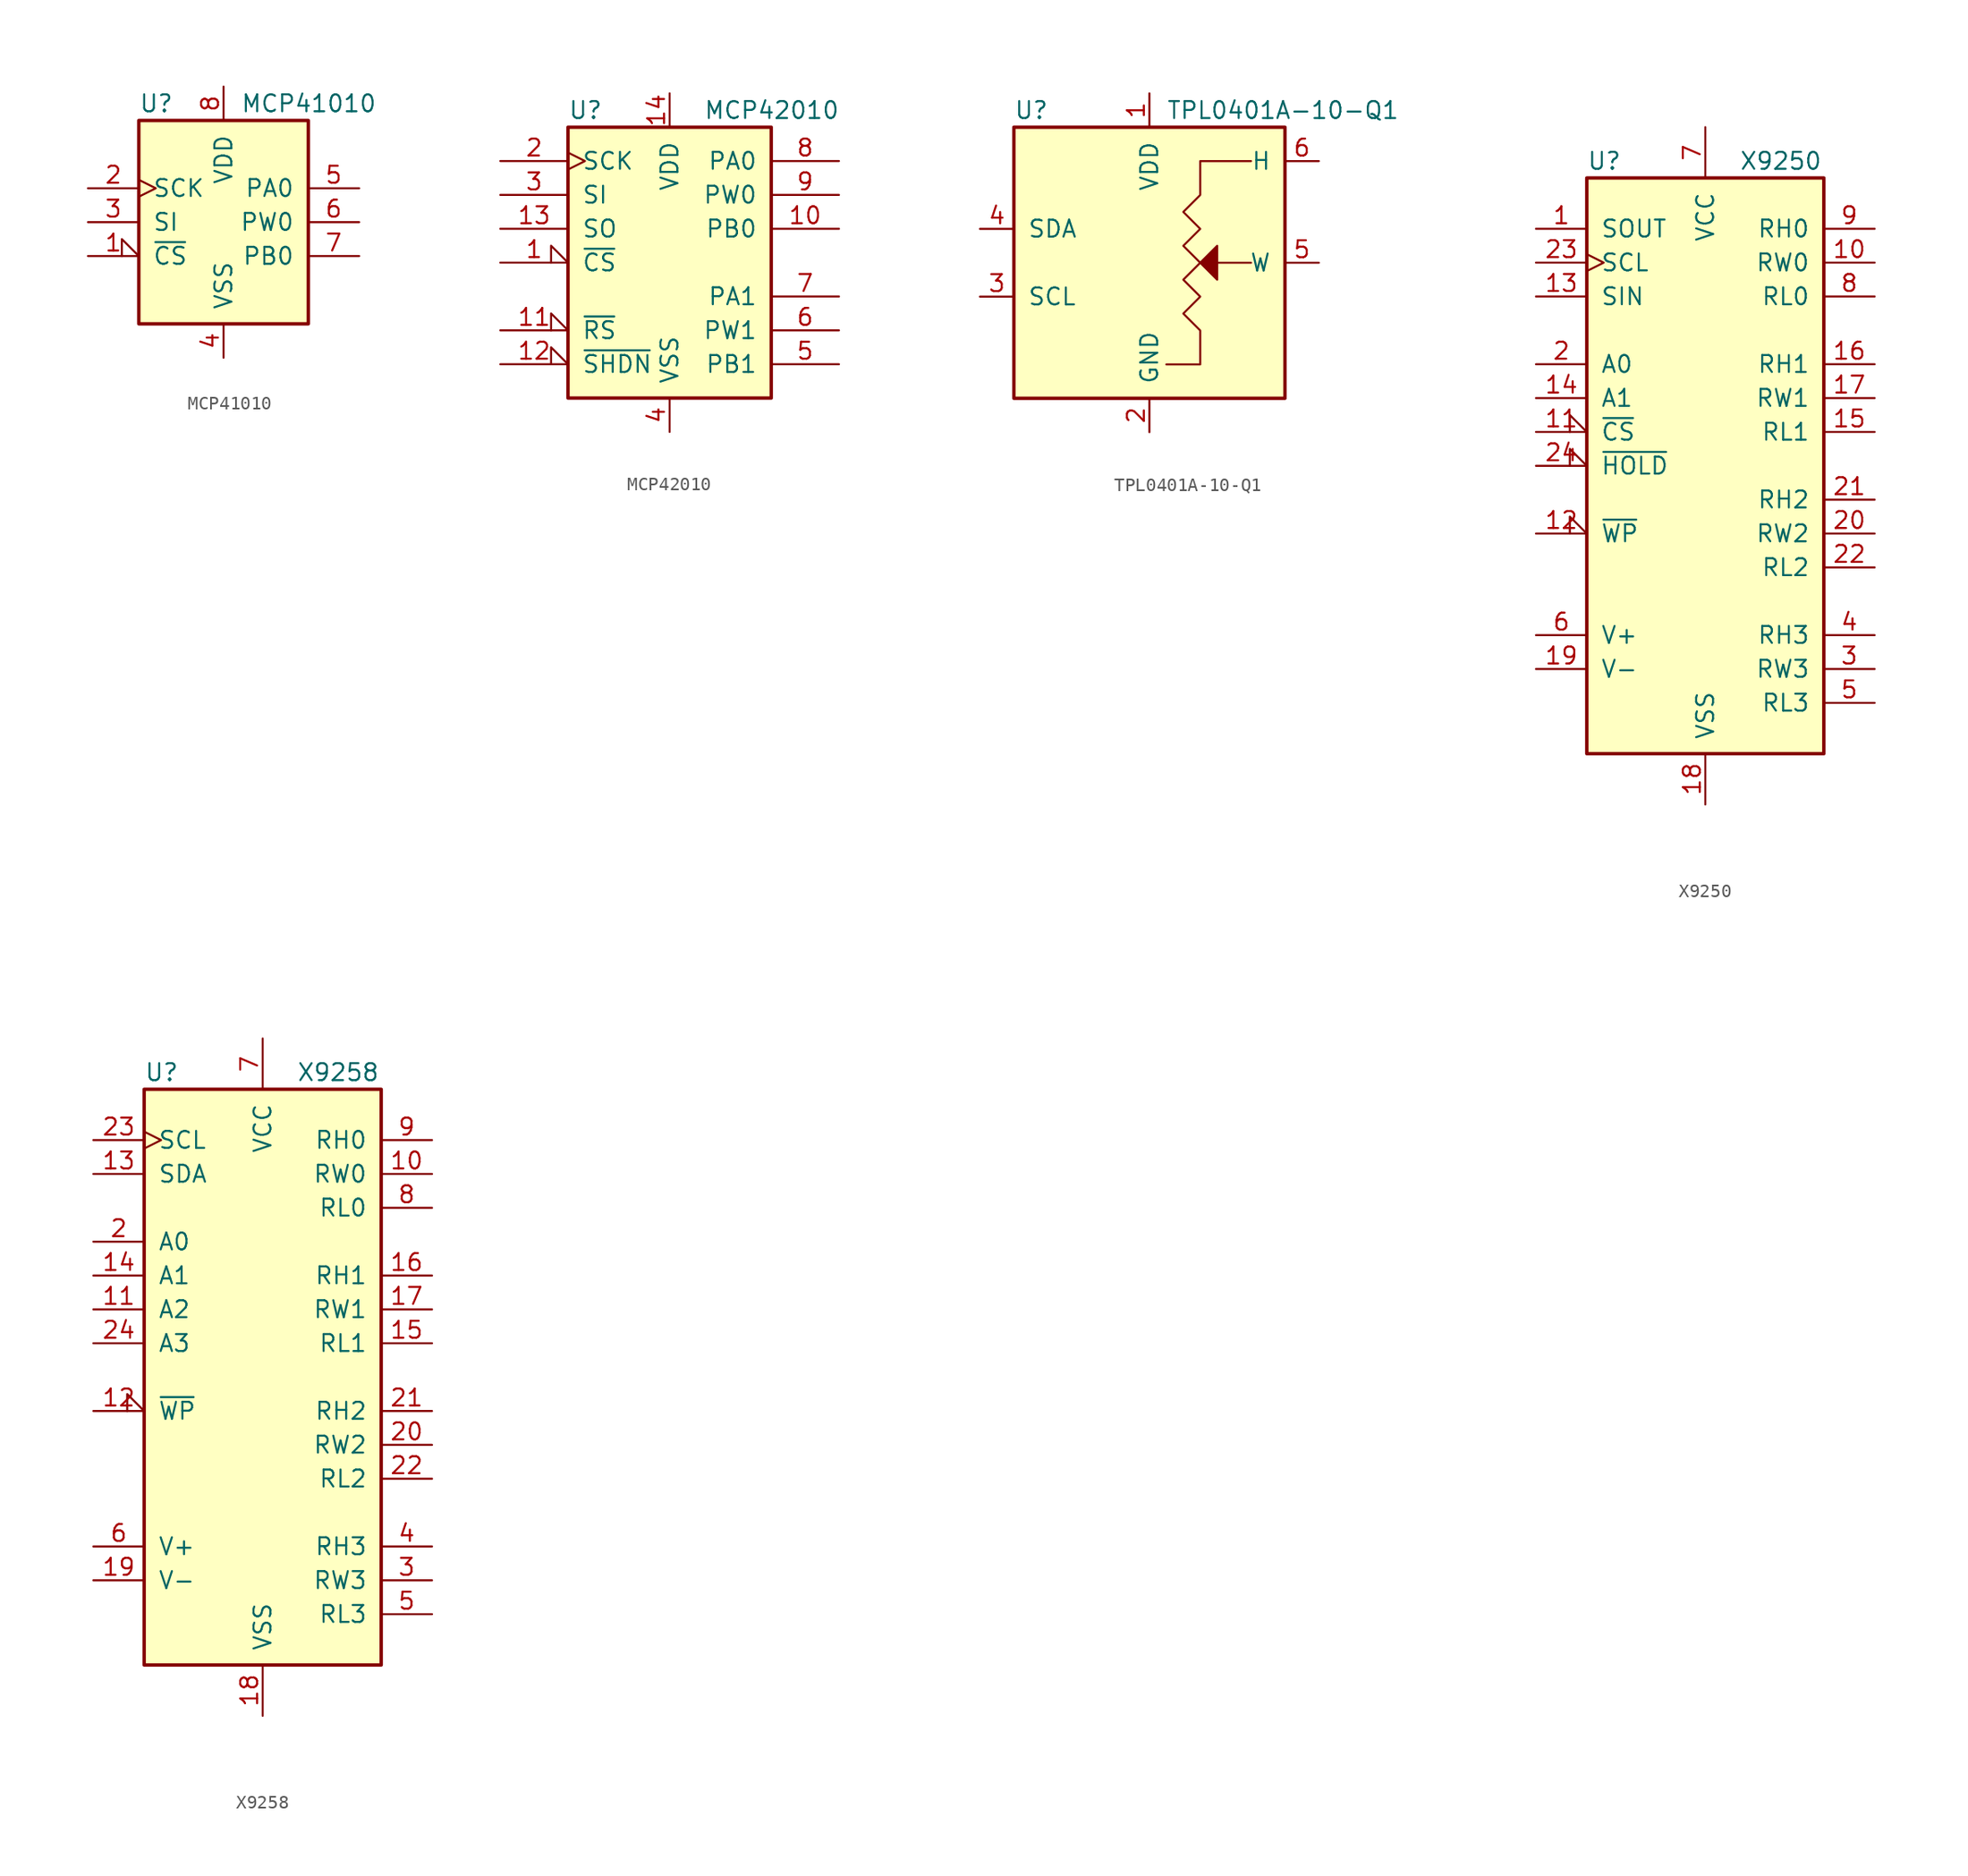
<source format=kicad_sym>
(kicad_symbol_lib
  (version 20211014)
  (generator kicad_symbol_editor)
  (symbol "MCP41010"
    (pin_names
      (offset 1.016))
    (property "Reference" "U"
      (at -6.35 8.89 0)
      (effects (font (size 1.27 1.27)) (justify left)))
    (property "Value" "MCP41010"
      (at 1.27 8.89 0)
      (effects (font (size 1.27 1.27)) (justify left)))
    (symbol "MCP41010_0_1"
      (rectangle (start -6.35 7.62) (end 6.35 -7.62) (stroke (width 0.254) (type default) (color 0 0 0 0)) (fill (type background))))
    (symbol "MCP41010_1_1"
      (pin input input_low (at -10.16 -2.54 0) (length 3.81) (name "~{CS}" (effects (font (size 1.27 1.27)))) (number "1" (effects (font (size 1.27 1.27)))))
      (pin passive clock (at -10.16 2.54 0) (length 3.81) (name "SCK" (effects (font (size 1.27 1.27)))) (number "2" (effects (font (size 1.27 1.27)))))
      (pin input line (at -10.16 0 0) (length 3.81) (name "SI" (effects (font (size 1.27 1.27)))) (number "3" (effects (font (size 1.27 1.27)))))
      (pin power_in line (at 0 -10.16 90) (length 2.54) (name "VSS" (effects (font (size 1.27 1.27)))) (number "4" (effects (font (size 1.27 1.27)))))
      (pin passive line (at 10.16 2.54 180) (length 3.81) (name "PA0" (effects (font (size 1.27 1.27)))) (number "5" (effects (font (size 1.27 1.27)))))
      (pin passive line (at 10.16 0 180) (length 3.81) (name "PW0" (effects (font (size 1.27 1.27)))) (number "6" (effects (font (size 1.27 1.27)))))
      (pin passive line (at 10.16 -2.54 180) (length 3.81) (name "PB0" (effects (font (size 1.27 1.27)))) (number "7" (effects (font (size 1.27 1.27)))))
      (pin power_in line (at 0 10.16 270) (length 2.54) (name "VDD" (effects (font (size 1.27 1.27)))) (number "8" (effects (font (size 1.27 1.27)))))))
  (symbol "MCP42010"
    (pin_names
      (offset 1.016))
    (property "Reference" "U"
      (at -7.62 11.43 0)
      (effects (font (size 1.27 1.27)) (justify left)))
    (property "Value" "MCP42010"
      (at 2.54 11.43 0)
      (effects (font (size 1.27 1.27)) (justify left)))
    (symbol "MCP42010_0_1"
      (rectangle (start -7.62 10.16) (end 7.62 -10.16) (stroke (width 0.254) (type default) (color 0 0 0 0)) (fill (type background))))
    (symbol "MCP42010_1_1"
      (pin input input_low (at -12.7 0 0) (length 5.08) (name "~{CS}" (effects (font (size 1.27 1.27)))) (number "1" (effects (font (size 1.27 1.27)))))
      (pin passive line (at 12.7 2.54 180) (length 5.08) (name "PB0" (effects (font (size 1.27 1.27)))) (number "10" (effects (font (size 1.27 1.27)))))
      (pin input input_low (at -12.7 -5.08 0) (length 5.08) (name "~{RS}" (effects (font (size 1.27 1.27)))) (number "11" (effects (font (size 1.27 1.27)))))
      (pin input input_low (at -12.7 -7.62 0) (length 5.08) (name "~{SHDN}" (effects (font (size 1.27 1.27)))) (number "12" (effects (font (size 1.27 1.27)))))
      (pin output line (at -12.7 2.54 0) (length 5.08) (name "SO" (effects (font (size 1.27 1.27)))) (number "13" (effects (font (size 1.27 1.27)))))
      (pin power_in line (at 0 12.7 270) (length 2.54) (name "VDD" (effects (font (size 1.27 1.27)))) (number "14" (effects (font (size 1.27 1.27)))))
      (pin input clock (at -12.7 7.62 0) (length 5.08) (name "SCK" (effects (font (size 1.27 1.27)))) (number "2" (effects (font (size 1.27 1.27)))))
      (pin input line (at -12.7 5.08 0) (length 5.08) (name "SI" (effects (font (size 1.27 1.27)))) (number "3" (effects (font (size 1.27 1.27)))))
      (pin power_in line (at 0 -12.7 90) (length 2.54) (name "VSS" (effects (font (size 1.27 1.27)))) (number "4" (effects (font (size 1.27 1.27)))))
      (pin passive line (at 12.7 -7.62 180) (length 5.08) (name "PB1" (effects (font (size 1.27 1.27)))) (number "5" (effects (font (size 1.27 1.27)))))
      (pin passive line (at 12.7 -5.08 180) (length 5.08) (name "PW1" (effects (font (size 1.27 1.27)))) (number "6" (effects (font (size 1.27 1.27)))))
      (pin passive line (at 12.7 -2.54 180) (length 5.08) (name "PA1" (effects (font (size 1.27 1.27)))) (number "7" (effects (font (size 1.27 1.27)))))
      (pin passive line (at 12.7 7.62 180) (length 5.08) (name "PA0" (effects (font (size 1.27 1.27)))) (number "8" (effects (font (size 1.27 1.27)))))
      (pin passive line (at 12.7 5.08 180) (length 5.08) (name "PW0" (effects (font (size 1.27 1.27)))) (number "9" (effects (font (size 1.27 1.27)))))))
  (symbol "TPL0401A-10-Q1"
    (pin_names
      (offset 1.016))
    (property "Reference" "U"
      (at -10.16 11.43 0)
      (effects (font (size 1.27 1.27)) (justify left)))
    (property "Value" "TPL0401A-10-Q1"
      (at 1.27 11.43 0)
      (effects (font (size 1.27 1.27)) (justify left)))
    (symbol "TPL0401A-10-Q1_0_1"
      (polyline (pts (xy 7.62 0) (xy 5.08 0)) (stroke (width 0) (type default) (color 0 0 0 0)) (fill (type none)))
      (polyline (pts (xy 5.08 -1.27) (xy 5.08 1.27) (xy 3.81 0) (xy 5.08 -1.27) (xy 5.08 -1.27)) (stroke (width 0) (type default) (color 0 0 0 0)) (fill (type outline)))
      (polyline (pts (xy 7.62 7.62) (xy 3.81 7.62) (xy 3.81 5.08) (xy 2.54 3.81) (xy 3.81 2.54) (xy 2.54 1.27) (xy 3.81 0) (xy 2.54 -1.27) (xy 3.81 -2.54) (xy 2.54 -3.81) (xy 3.81 -5.08) (xy 3.81 -7.62) (xy 1.27 -7.62)) (stroke (width 0) (type default) (color 0 0 0 0)) (fill (type none))))
    (symbol "TPL0401A-10-Q1_1_1"
      (rectangle (start -10.16 10.16) (end 10.16 -10.16) (stroke (width 0.254) (type default) (color 0 0 0 0)) (fill (type background)))
      (pin power_in line (at 0 12.7 270) (length 2.54) (name "VDD" (effects (font (size 1.27 1.27)))) (number "1" (effects (font (size 1.27 1.27)))))
      (pin power_in line (at 0 -12.7 90) (length 2.54) (name "GND" (effects (font (size 1.27 1.27)))) (number "2" (effects (font (size 1.27 1.27)))))
      (pin input line (at -12.7 -2.54 0) (length 2.54) (name "SCL" (effects (font (size 1.27 1.27)))) (number "3" (effects (font (size 1.27 1.27)))))
      (pin bidirectional line (at -12.7 2.54 0) (length 2.54) (name "SDA" (effects (font (size 1.27 1.27)))) (number "4" (effects (font (size 1.27 1.27)))))
      (pin passive line (at 12.7 0 180) (length 2.54) (name "W" (effects (font (size 1.27 1.27)))) (number "5" (effects (font (size 1.27 1.27)))))
      (pin passive line (at 12.7 7.62 180) (length 2.54) (name "H" (effects (font (size 1.27 1.27)))) (number "6" (effects (font (size 1.27 1.27)))))))
  (symbol "X9250"
    (pin_names
      (offset 1.016))
    (property "Reference" "U"
      (at -8.89 22.86 0)
      (effects (font (size 1.27 1.27)) (justify left)))
    (property "Value" "X9250"
      (at 2.54 22.86 0)
      (effects (font (size 1.27 1.27)) (justify left)))
    (symbol "X9250_0_0"
      (pin input input_low (at -12.7 2.54 0) (length 3.81) (name "~{CS}" (effects (font (size 1.27 1.27)))) (number "11" (effects (font (size 1.27 1.27)))))
      (pin input line (at -12.7 12.7 0) (length 3.81) (name "SIN" (effects (font (size 1.27 1.27)))) (number "13" (effects (font (size 1.27 1.27)))))
      (pin input line (at -12.7 5.08 0) (length 3.81) (name "A1" (effects (font (size 1.27 1.27)))) (number "14" (effects (font (size 1.27 1.27)))))
      (pin power_in line (at 0 -25.4 90) (length 3.81) (name "VSS" (effects (font (size 1.27 1.27)))) (number "18" (effects (font (size 1.27 1.27)))))
      (pin passive line (at -12.7 -15.24 0) (length 3.81) (name "V-" (effects (font (size 1.27 1.27)))) (number "19" (effects (font (size 1.27 1.27)))))
      (pin input line (at -12.7 7.62 0) (length 3.81) (name "A0" (effects (font (size 1.27 1.27)))) (number "2" (effects (font (size 1.27 1.27)))))
      (pin input clock (at -12.7 15.24 0) (length 3.81) (name "SCL" (effects (font (size 1.27 1.27)))) (number "23" (effects (font (size 1.27 1.27)))))
      (pin input input_low (at -12.7 0 0) (length 3.81) (name "~{HOLD}" (effects (font (size 1.27 1.27)))) (number "24" (effects (font (size 1.27 1.27)))))
      (pin passive line (at -12.7 -12.7 0) (length 3.81) (name "V+" (effects (font (size 1.27 1.27)))) (number "6" (effects (font (size 1.27 1.27)))))
      (pin power_in line (at 0 25.4 270) (length 3.81) (name "VCC" (effects (font (size 1.27 1.27)))) (number "7" (effects (font (size 1.27 1.27))))))
    (symbol "X9250_0_1"
      (rectangle (start -8.89 21.59) (end 8.89 -21.59) (stroke (width 0.254) (type default) (color 0 0 0 0)) (fill (type background))))
    (symbol "X9250_1_1"
      (pin output line (at -12.7 17.78 0) (length 3.81) (name "SOUT" (effects (font (size 1.27 1.27)))) (number "1" (effects (font (size 1.27 1.27)))))
      (pin passive line (at 12.7 15.24 180) (length 3.81) (name "RW0" (effects (font (size 1.27 1.27)))) (number "10" (effects (font (size 1.27 1.27)))))
      (pin input input_low (at -12.7 -5.08 0) (length 3.81) (name "~{WP}" (effects (font (size 1.27 1.27)))) (number "12" (effects (font (size 1.27 1.27)))))
      (pin passive line (at 12.7 2.54 180) (length 3.81) (name "RL1" (effects (font (size 1.27 1.27)))) (number "15" (effects (font (size 1.27 1.27)))))
      (pin passive line (at 12.7 7.62 180) (length 3.81) (name "RH1" (effects (font (size 1.27 1.27)))) (number "16" (effects (font (size 1.27 1.27)))))
      (pin passive line (at 12.7 5.08 180) (length 3.81) (name "RW1" (effects (font (size 1.27 1.27)))) (number "17" (effects (font (size 1.27 1.27)))))
      (pin passive line (at 12.7 -5.08 180) (length 3.81) (name "RW2" (effects (font (size 1.27 1.27)))) (number "20" (effects (font (size 1.27 1.27)))))
      (pin passive line (at 12.7 -2.54 180) (length 3.81) (name "RH2" (effects (font (size 1.27 1.27)))) (number "21" (effects (font (size 1.27 1.27)))))
      (pin passive line (at 12.7 -7.62 180) (length 3.81) (name "RL2" (effects (font (size 1.27 1.27)))) (number "22" (effects (font (size 1.27 1.27)))))
      (pin passive line (at 12.7 -15.24 180) (length 3.81) (name "RW3" (effects (font (size 1.27 1.27)))) (number "3" (effects (font (size 1.27 1.27)))))
      (pin passive line (at 12.7 -12.7 180) (length 3.81) (name "RH3" (effects (font (size 1.27 1.27)))) (number "4" (effects (font (size 1.27 1.27)))))
      (pin passive line (at 12.7 -17.78 180) (length 3.81) (name "RL3" (effects (font (size 1.27 1.27)))) (number "5" (effects (font (size 1.27 1.27)))))
      (pin passive line (at 12.7 12.7 180) (length 3.81) (name "RL0" (effects (font (size 1.27 1.27)))) (number "8" (effects (font (size 1.27 1.27)))))
      (pin passive line (at 12.7 17.78 180) (length 3.81) (name "RH0" (effects (font (size 1.27 1.27)))) (number "9" (effects (font (size 1.27 1.27)))))))
  (symbol "X9258"
    (pin_names
      (offset 1.016))
    (property "Reference" "U"
      (at -8.89 22.86 0)
      (effects (font (size 1.27 1.27)) (justify left)))
    (property "Value" "X9258"
      (at 2.54 22.86 0)
      (effects (font (size 1.27 1.27)) (justify left)))
    (symbol "X9258_0_0"
      (pin input line (at -12.7 5.08 0) (length 3.81) (name "A2" (effects (font (size 1.27 1.27)))) (number "11" (effects (font (size 1.27 1.27)))))
      (pin bidirectional line (at -12.7 15.24 0) (length 3.81) (name "SDA" (effects (font (size 1.27 1.27)))) (number "13" (effects (font (size 1.27 1.27)))))
      (pin input line (at -12.7 7.62 0) (length 3.81) (name "A1" (effects (font (size 1.27 1.27)))) (number "14" (effects (font (size 1.27 1.27)))))
      (pin power_in line (at 0 -25.4 90) (length 3.81) (name "VSS" (effects (font (size 1.27 1.27)))) (number "18" (effects (font (size 1.27 1.27)))))
      (pin passive line (at -12.7 -15.24 0) (length 3.81) (name "V-" (effects (font (size 1.27 1.27)))) (number "19" (effects (font (size 1.27 1.27)))))
      (pin input line (at -12.7 10.16 0) (length 3.81) (name "A0" (effects (font (size 1.27 1.27)))) (number "2" (effects (font (size 1.27 1.27)))))
      (pin input clock (at -12.7 17.78 0) (length 3.81) (name "SCL" (effects (font (size 1.27 1.27)))) (number "23" (effects (font (size 1.27 1.27)))))
      (pin input line (at -12.7 2.54 0) (length 3.81) (name "A3" (effects (font (size 1.27 1.27)))) (number "24" (effects (font (size 1.27 1.27)))))
      (pin passive line (at -12.7 -12.7 0) (length 3.81) (name "V+" (effects (font (size 1.27 1.27)))) (number "6" (effects (font (size 1.27 1.27)))))
      (pin power_in line (at 0 25.4 270) (length 3.81) (name "VCC" (effects (font (size 1.27 1.27)))) (number "7" (effects (font (size 1.27 1.27))))))
    (symbol "X9258_0_1"
      (rectangle (start -8.89 21.59) (end 8.89 -21.59) (stroke (width 0.254) (type default) (color 0 0 0 0)) (fill (type background))))
    (symbol "X9258_1_1"
      (pin passive line (at 12.7 15.24 180) (length 3.81) (name "RW0" (effects (font (size 1.27 1.27)))) (number "10" (effects (font (size 1.27 1.27)))))
      (pin input input_low (at -12.7 -2.54 0) (length 3.81) (name "~{WP}" (effects (font (size 1.27 1.27)))) (number "12" (effects (font (size 1.27 1.27)))))
      (pin passive line (at 12.7 2.54 180) (length 3.81) (name "RL1" (effects (font (size 1.27 1.27)))) (number "15" (effects (font (size 1.27 1.27)))))
      (pin passive line (at 12.7 7.62 180) (length 3.81) (name "RH1" (effects (font (size 1.27 1.27)))) (number "16" (effects (font (size 1.27 1.27)))))
      (pin passive line (at 12.7 5.08 180) (length 3.81) (name "RW1" (effects (font (size 1.27 1.27)))) (number "17" (effects (font (size 1.27 1.27)))))
      (pin passive line (at 12.7 -5.08 180) (length 3.81) (name "RW2" (effects (font (size 1.27 1.27)))) (number "20" (effects (font (size 1.27 1.27)))))
      (pin passive line (at 12.7 -2.54 180) (length 3.81) (name "RH2" (effects (font (size 1.27 1.27)))) (number "21" (effects (font (size 1.27 1.27)))))
      (pin passive line (at 12.7 -7.62 180) (length 3.81) (name "RL2" (effects (font (size 1.27 1.27)))) (number "22" (effects (font (size 1.27 1.27)))))
      (pin passive line (at 12.7 -15.24 180) (length 3.81) (name "RW3" (effects (font (size 1.27 1.27)))) (number "3" (effects (font (size 1.27 1.27)))))
      (pin passive line (at 12.7 -12.7 180) (length 3.81) (name "RH3" (effects (font (size 1.27 1.27)))) (number "4" (effects (font (size 1.27 1.27)))))
      (pin passive line (at 12.7 -17.78 180) (length 3.81) (name "RL3" (effects (font (size 1.27 1.27)))) (number "5" (effects (font (size 1.27 1.27)))))
      (pin passive line (at 12.7 12.7 180) (length 3.81) (name "RL0" (effects (font (size 1.27 1.27)))) (number "8" (effects (font (size 1.27 1.27)))))
      (pin passive line (at 12.7 17.78 180) (length 3.81) (name "RH0" (effects (font (size 1.27 1.27)))) (number "9" (effects (font (size 1.27 1.27))))))))
</source>
